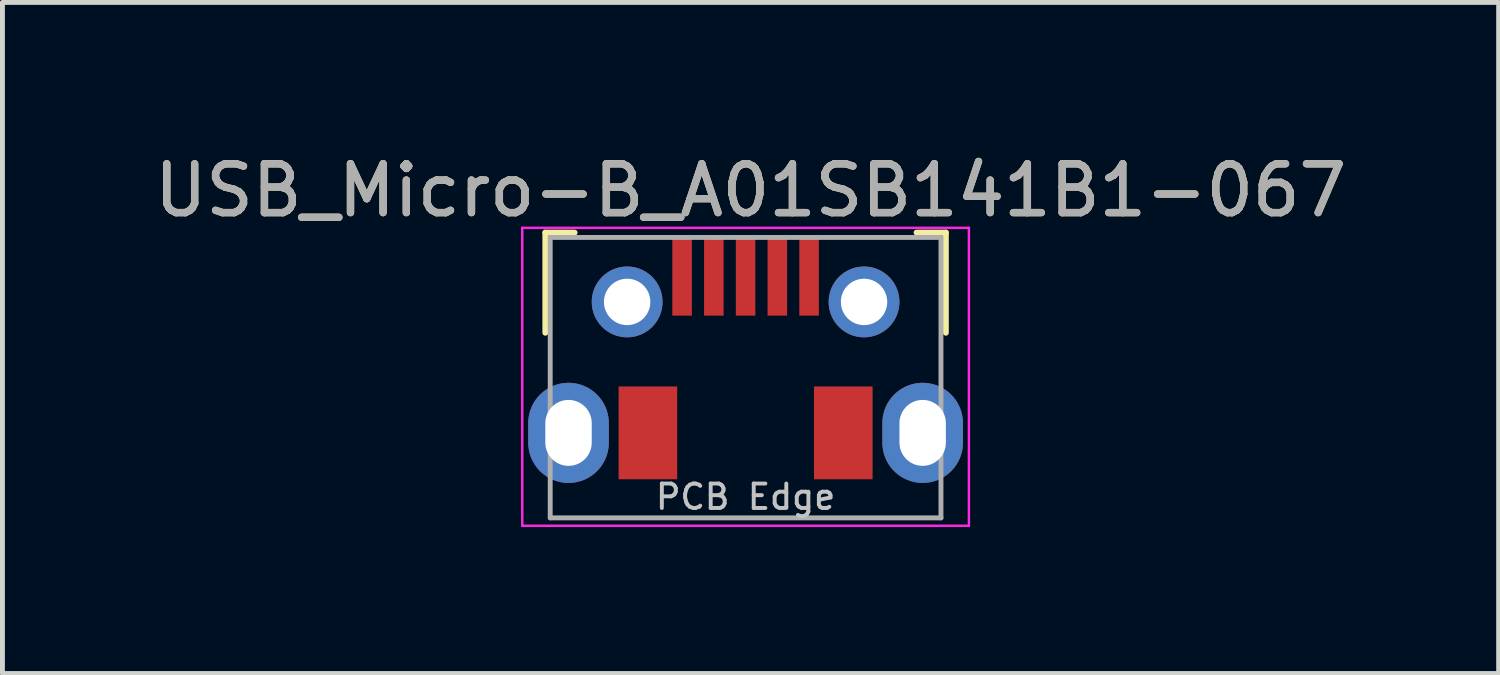
<source format=kicad_pcb>
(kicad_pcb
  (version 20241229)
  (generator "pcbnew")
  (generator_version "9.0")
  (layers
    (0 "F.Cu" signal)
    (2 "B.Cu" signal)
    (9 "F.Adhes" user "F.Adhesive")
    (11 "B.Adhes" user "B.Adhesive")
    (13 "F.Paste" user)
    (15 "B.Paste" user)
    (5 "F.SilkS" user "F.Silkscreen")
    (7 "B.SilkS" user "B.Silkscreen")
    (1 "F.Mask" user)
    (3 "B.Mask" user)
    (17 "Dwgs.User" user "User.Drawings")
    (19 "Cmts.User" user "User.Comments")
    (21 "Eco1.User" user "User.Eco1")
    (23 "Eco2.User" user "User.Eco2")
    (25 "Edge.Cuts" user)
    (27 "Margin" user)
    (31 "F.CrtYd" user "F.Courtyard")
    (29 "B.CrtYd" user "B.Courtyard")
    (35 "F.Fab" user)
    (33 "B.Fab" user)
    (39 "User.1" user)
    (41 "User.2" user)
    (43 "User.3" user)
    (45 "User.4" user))
  (footprint "USB_Micro-B_A01SB141B1-067"
    (layer "F.Cu")
    (at 12.214 4.074)
    (property "Reference" "USB_Micro-B_A01SB141B1-067" (at 0.102 -3.226 0) (layer "F.SilkS") (effects (font (size 1 1) (thickness 0.15))))
    (attr smd)
    (fp_line (start -4.1 -2.362) (end -3.5 -2.362) (stroke (width 0.12) (type solid)) (layer "F.SilkS"))
    (fp_line (start -4.1 -0.312) (end -4.1 -2.362) (stroke (width 0.12) (type solid)) (layer "F.SilkS"))
    (fp_line (start 3.5 -2.362) (end 4.1 -2.362) (stroke (width 0.12) (type solid)) (layer "F.SilkS"))
    (fp_line (start 4.1 -0.312) (end 4.1 -2.362) (stroke (width 0.12) (type solid)) (layer "F.SilkS"))
    (fp_line (start -4.572 -2.46) (end 4.572 -2.46) (stroke (width 0.05) (type solid)) (layer "F.CrtYd"))
    (fp_line (start -4.572 3.64) (end -4.572 -2.46) (stroke (width 0.05) (type solid)) (layer "F.CrtYd"))
    (fp_line (start -4.572 3.64) (end 4.572 3.64) (stroke (width 0.05) (type solid)) (layer "F.CrtYd"))
    (fp_line (start 4.572 -2.46) (end 4.572 3.64) (stroke (width 0.05) (type solid)) (layer "F.CrtYd"))
    (fp_line (start -4 -2.263) (end -4 3.478) (stroke (width 0.1) (type solid)) (layer "F.Fab"))
    (fp_line (start -4 -2.263) (end 4 -2.263) (stroke (width 0.1) (type solid)) (layer "F.Fab"))
    (fp_line (start -4 3.478) (end 4 3.478) (stroke (width 0.1) (type solid)) (layer "F.Fab"))
    (fp_line (start 4 -2.263) (end 4 3.478) (stroke (width 0.1) (type solid)) (layer "F.Fab"))
    (fp_text user "PCB Edge" (at 0 3.048 0) (layer "Dwgs.User") (effects (font (size 0.5 0.5) (thickness 0.08))))
    (fp_text user "${REFERENCE}" (at 0.102 -3.226 180) (layer "F.Fab") (effects (font (size 1 1) (thickness 0.15))))
    (pad "1" smd rect (at -1.3 -1.462) (size 0.4 1.6) (layers "F.Cu" "F.Mask" "F.Paste"))
    (pad "2" smd rect (at -0.65 -1.462) (size 0.4 1.6) (layers "F.Cu" "F.Mask" "F.Paste"))
    (pad "3" smd rect (at 0 -1.462) (size 0.4 1.6) (layers "F.Cu" "F.Mask" "F.Paste"))
    (pad "4" smd rect (at 0.65 -1.462) (size 0.4 1.6) (layers "F.Cu" "F.Mask" "F.Paste"))
    (pad "5" smd rect (at 1.3 -1.462) (size 0.4 1.6) (layers "F.Cu" "F.Mask" "F.Paste"))
    (pad "6" thru_hole oval (at -3.625 1.738 180) (size 1.65 2.05) (drill oval 0.95 1.35) (layers "*.Cu" "*.Mask"))
    (pad "6" thru_hole circle (at -2.425 -0.943) (size 1.45 1.45) (drill 0.95) (layers "*.Cu" "*.Mask"))
    (pad "6" smd rect (at -2 1.738) (size 1.2 1.9) (layers "F.Cu" "F.Mask"))
    (pad "6" smd rect (at 2 1.738) (size 1.2 1.9) (layers "F.Cu" "F.Mask"))
    (pad "6" thru_hole circle (at 2.425 -0.943) (size 1.45 1.45) (drill 0.95) (layers "*.Cu" "*.Mask"))
    (pad "6" thru_hole oval (at 3.625 1.738) (size 1.65 2.05) (drill oval 0.95 1.35) (layers "*.Cu" "*.Mask")))
  (gr_rect
    (start -3 -3)
    (end 27.631 10.739)
    (stroke (width 0.1) (type default))
    (fill no)
    (layer "Edge.Cuts")))
</source>
